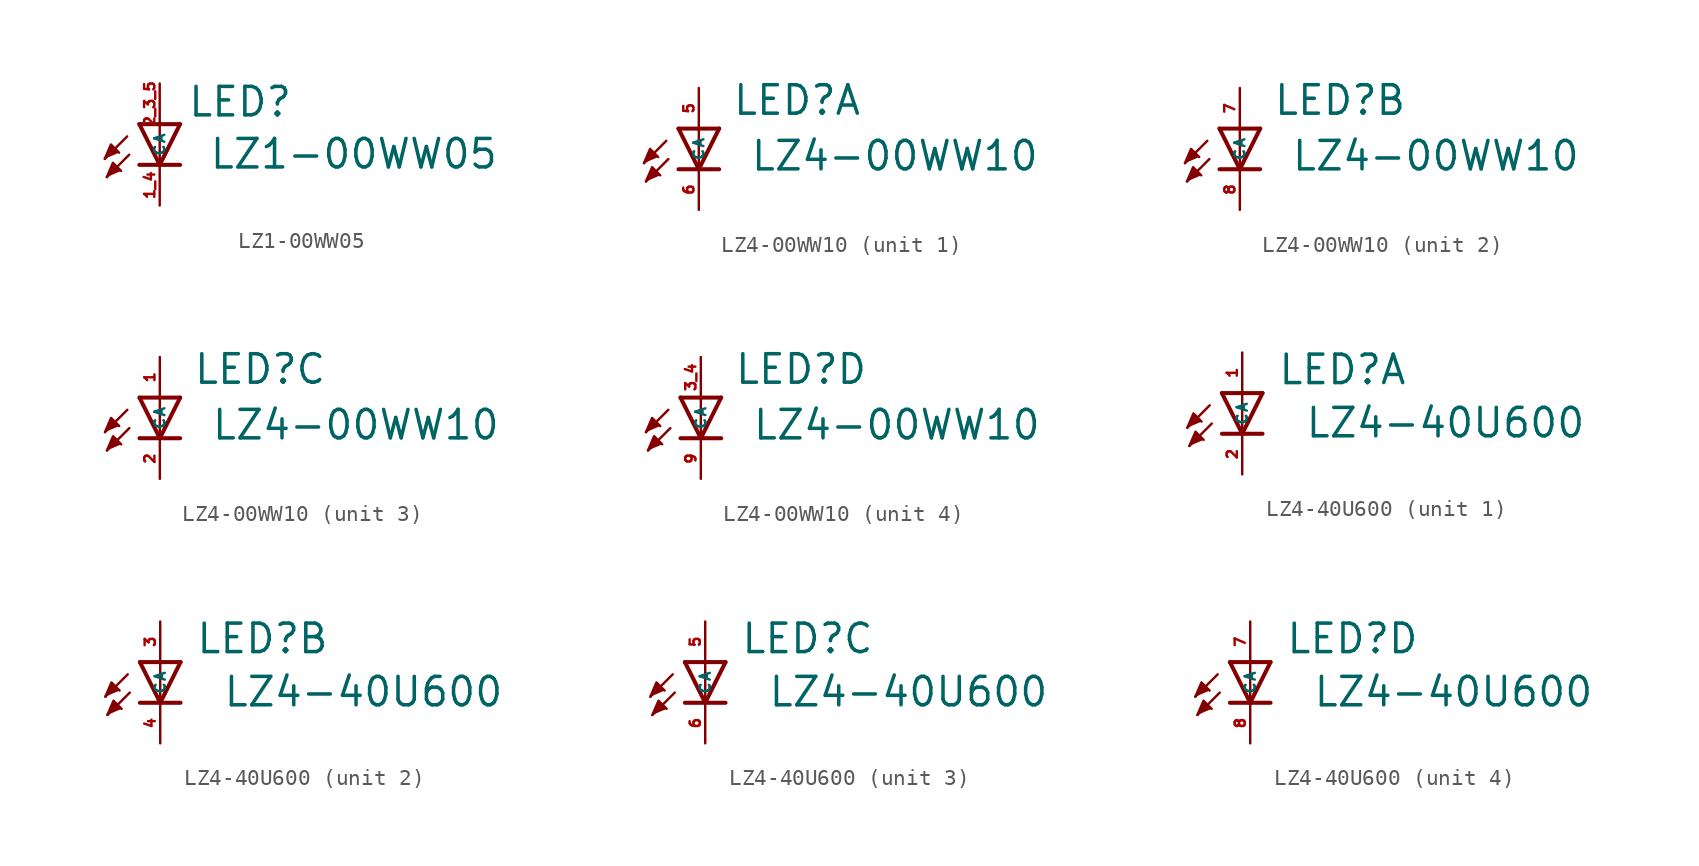
<source format=kicad_sym>
(kicad_symbol_lib
  (version 20220914)
  (generator kicad_symbol_editor)
  (symbol "LZ1-00WW05"
    (property "Reference" "LED"
      (at 1.702 0.356 0)
      (effects (font (size 1.778 1.778) (thickness 0.22)) (justify left bottom)))
    (property "Value" "LZ1-00WW05"
      (at 3.048 -2.896 0)
      (effects (font (size 1.778 1.778) (thickness 0.22)) (justify left bottom)))
    (symbol "LZ1-00WW05_1_1"
      (polyline (pts (xy -2.032 -0.762) (xy -3.429 -2.159)) (stroke (width 0.152) (type default)) (fill (type none)))
      (polyline (pts (xy -1.905 -1.905) (xy -3.302 -3.302)) (stroke (width 0.152) (type default)) (fill (type none)))
      (polyline (pts (xy 0 -2.54) (xy -1.27 -2.54)) (stroke (width 0.254) (type default)) (fill (type none)))
      (polyline (pts (xy 0 -2.54) (xy -1.27 0)) (stroke (width 0.254) (type default)) (fill (type none)))
      (polyline (pts (xy 0 0) (xy -1.27 0)) (stroke (width 0.254) (type default)) (fill (type none)))
      (polyline (pts (xy 0 0) (xy 0 -2.54)) (stroke (width 0.152) (type default)) (fill (type none)))
      (polyline (pts (xy 1.27 -2.54) (xy 0 -2.54)) (stroke (width 0.254) (type default)) (fill (type none)))
      (polyline (pts (xy 1.27 0) (xy 0 -2.54)) (stroke (width 0.254) (type default)) (fill (type none)))
      (polyline (pts (xy 1.27 0) (xy 0 0)) (stroke (width 0.254) (type default)) (fill (type none)))
      (polyline (pts (xy -3.429 -2.159) (xy -3.048 -1.27) (xy -2.54 -1.778)) (stroke (width 0.152) (type default)) (fill (type outline)))
      (polyline (pts (xy -3.302 -3.302) (xy -2.921 -2.413) (xy -2.413 -2.921)) (stroke (width 0.152) (type default)) (fill (type outline)))
      (pin passive line (at 0 -5.08 90) (length 2.54) (name "C" (effects (font (size 0.635 0.635)))) (number "1_4" (effects (font (size 0.635 0.635)))))
      (pin passive line (at 0 2.54 270) (length 2.54) (name "A" (effects (font (size 0.635 0.635)))) (number "2_3_5" (effects (font (size 0.635 0.635)))))))
  (symbol "LZ4-00WW10"
    (property "Reference" "LED"
      (at 2.057 0.737 0)
      (effects (font (size 1.778 1.778) (thickness 0.22)) (justify left bottom)))
    (property "Value" "LZ4-00WW10"
      (at 3.175 -2.743 0)
      (effects (font (size 1.778 1.778) (thickness 0.22)) (justify left bottom)))
    (symbol "LZ4-00WW10_1_0"
      (polyline (pts (xy -2.032 -0.762) (xy -3.429 -2.159)) (stroke (width 0.152) (type default)) (fill (type none)))
      (polyline (pts (xy -1.905 -1.905) (xy -3.302 -3.302)) (stroke (width 0.152) (type default)) (fill (type none)))
      (polyline (pts (xy 0 -2.54) (xy -1.27 -2.54)) (stroke (width 0.254) (type default)) (fill (type none)))
      (polyline (pts (xy 0 -2.54) (xy -1.27 0)) (stroke (width 0.254) (type default)) (fill (type none)))
      (polyline (pts (xy 0 0) (xy -1.27 0)) (stroke (width 0.254) (type default)) (fill (type none)))
      (polyline (pts (xy 0 0) (xy 0 -2.54)) (stroke (width 0.152) (type default)) (fill (type none)))
      (polyline (pts (xy 1.27 -2.54) (xy 0 -2.54)) (stroke (width 0.254) (type default)) (fill (type none)))
      (polyline (pts (xy 1.27 0) (xy 0 -2.54)) (stroke (width 0.254) (type default)) (fill (type none)))
      (polyline (pts (xy 1.27 0) (xy 0 0)) (stroke (width 0.254) (type default)) (fill (type none)))
      (polyline (pts (xy -3.429 -2.159) (xy -3.048 -1.27) (xy -2.54 -1.778)) (stroke (width 0.152) (type default)) (fill (type outline)))
      (polyline (pts (xy -3.302 -3.302) (xy -2.921 -2.413) (xy -2.413 -2.921)) (stroke (width 0.152) (type default)) (fill (type outline)))
      (pin passive line (at 0 2.54 270) (length 2.54) (name "A" (effects (font (size 0.635 0.635)))) (number "5" (effects (font (size 0.635 0.635)))))
      (pin passive line (at 0 -5.08 90) (length 2.54) (name "C" (effects (font (size 0.635 0.635)))) (number "6" (effects (font (size 0.635 0.635))))))
    (symbol "LZ4-00WW10_2_0"
      (polyline (pts (xy -2.032 -0.762) (xy -3.429 -2.159)) (stroke (width 0.152) (type default)) (fill (type none)))
      (polyline (pts (xy -1.905 -1.905) (xy -3.302 -3.302)) (stroke (width 0.152) (type default)) (fill (type none)))
      (polyline (pts (xy 0 -2.54) (xy -1.27 -2.54)) (stroke (width 0.254) (type default)) (fill (type none)))
      (polyline (pts (xy 0 -2.54) (xy -1.27 0)) (stroke (width 0.254) (type default)) (fill (type none)))
      (polyline (pts (xy 0 0) (xy -1.27 0)) (stroke (width 0.254) (type default)) (fill (type none)))
      (polyline (pts (xy 0 0) (xy 0 -2.54)) (stroke (width 0.152) (type default)) (fill (type none)))
      (polyline (pts (xy 1.27 -2.54) (xy 0 -2.54)) (stroke (width 0.254) (type default)) (fill (type none)))
      (polyline (pts (xy 1.27 0) (xy 0 -2.54)) (stroke (width 0.254) (type default)) (fill (type none)))
      (polyline (pts (xy 1.27 0) (xy 0 0)) (stroke (width 0.254) (type default)) (fill (type none)))
      (polyline (pts (xy -3.429 -2.159) (xy -3.048 -1.27) (xy -2.54 -1.778)) (stroke (width 0.152) (type default)) (fill (type outline)))
      (polyline (pts (xy -3.302 -3.302) (xy -2.921 -2.413) (xy -2.413 -2.921)) (stroke (width 0.152) (type default)) (fill (type outline)))
      (pin passive line (at 0 2.54 270) (length 2.54) (name "A" (effects (font (size 0.635 0.635)))) (number "7" (effects (font (size 0.635 0.635)))))
      (pin passive line (at 0 -5.08 90) (length 2.54) (name "C" (effects (font (size 0.635 0.635)))) (number "8" (effects (font (size 0.635 0.635))))))
    (symbol "LZ4-00WW10_3_0"
      (polyline (pts (xy -2.032 -0.762) (xy -3.429 -2.159)) (stroke (width 0.152) (type default)) (fill (type none)))
      (polyline (pts (xy -1.905 -1.905) (xy -3.302 -3.302)) (stroke (width 0.152) (type default)) (fill (type none)))
      (polyline (pts (xy 0 -2.54) (xy -1.27 -2.54)) (stroke (width 0.254) (type default)) (fill (type none)))
      (polyline (pts (xy 0 -2.54) (xy -1.27 0)) (stroke (width 0.254) (type default)) (fill (type none)))
      (polyline (pts (xy 0 0) (xy -1.27 0)) (stroke (width 0.254) (type default)) (fill (type none)))
      (polyline (pts (xy 0 0) (xy 0 -2.54)) (stroke (width 0.152) (type default)) (fill (type none)))
      (polyline (pts (xy 1.27 -2.54) (xy 0 -2.54)) (stroke (width 0.254) (type default)) (fill (type none)))
      (polyline (pts (xy 1.27 0) (xy 0 -2.54)) (stroke (width 0.254) (type default)) (fill (type none)))
      (polyline (pts (xy 1.27 0) (xy 0 0)) (stroke (width 0.254) (type default)) (fill (type none)))
      (polyline (pts (xy -3.429 -2.159) (xy -3.048 -1.27) (xy -2.54 -1.778)) (stroke (width 0.152) (type default)) (fill (type outline)))
      (polyline (pts (xy -3.302 -3.302) (xy -2.921 -2.413) (xy -2.413 -2.921)) (stroke (width 0.152) (type default)) (fill (type outline)))
      (pin passive line (at 0 2.54 270) (length 2.54) (name "A" (effects (font (size 0.635 0.635)))) (number "1" (effects (font (size 0.635 0.635)))))
      (pin passive line (at 0 -5.08 90) (length 2.54) (name "C" (effects (font (size 0.635 0.635)))) (number "2" (effects (font (size 0.635 0.635))))))
    (symbol "LZ4-00WW10_4_0"
      (polyline (pts (xy -2.032 -0.762) (xy -3.429 -2.159)) (stroke (width 0.152) (type default)) (fill (type none)))
      (polyline (pts (xy -1.905 -1.905) (xy -3.302 -3.302)) (stroke (width 0.152) (type default)) (fill (type none)))
      (polyline (pts (xy 0 -2.54) (xy -1.27 -2.54)) (stroke (width 0.254) (type default)) (fill (type none)))
      (polyline (pts (xy 0 -2.54) (xy -1.27 0)) (stroke (width 0.254) (type default)) (fill (type none)))
      (polyline (pts (xy 0 0) (xy -1.27 0)) (stroke (width 0.254) (type default)) (fill (type none)))
      (polyline (pts (xy 0 0) (xy 0 -2.54)) (stroke (width 0.152) (type default)) (fill (type none)))
      (polyline (pts (xy 1.27 -2.54) (xy 0 -2.54)) (stroke (width 0.254) (type default)) (fill (type none)))
      (polyline (pts (xy 1.27 0) (xy 0 -2.54)) (stroke (width 0.254) (type default)) (fill (type none)))
      (polyline (pts (xy 1.27 0) (xy 0 0)) (stroke (width 0.254) (type default)) (fill (type none)))
      (polyline (pts (xy -3.429 -2.159) (xy -3.048 -1.27) (xy -2.54 -1.778)) (stroke (width 0.152) (type default)) (fill (type outline)))
      (polyline (pts (xy -3.302 -3.302) (xy -2.921 -2.413) (xy -2.413 -2.921)) (stroke (width 0.152) (type default)) (fill (type outline)))
      (pin passive line (at 0 2.54 270) (length 2.54) (name "A" (effects (font (size 0.635 0.635)))) (number "3_4" (effects (font (size 0.635 0.635)))))
      (pin passive line (at 0 -5.08 90) (length 2.54) (name "C" (effects (font (size 0.635 0.635)))) (number "9" (effects (font (size 0.635 0.635)))))))
  (symbol "LZ4-40U600"
    (property "Reference" "LED"
      (at 2.184 0.432 0)
      (effects (font (size 1.778 1.778) (thickness 0.22)) (justify left bottom)))
    (property "Value" "LZ4-40U600"
      (at 3.886 -2.896 0)
      (effects (font (size 1.778 1.778) (thickness 0.22)) (justify left bottom)))
    (symbol "LZ4-40U600_1_0"
      (polyline (pts (xy -2.032 -0.762) (xy -3.429 -2.159)) (stroke (width 0.152) (type default)) (fill (type none)))
      (polyline (pts (xy -1.905 -1.905) (xy -3.302 -3.302)) (stroke (width 0.152) (type default)) (fill (type none)))
      (polyline (pts (xy 0 -2.54) (xy -1.27 -2.54)) (stroke (width 0.254) (type default)) (fill (type none)))
      (polyline (pts (xy 0 -2.54) (xy -1.27 0)) (stroke (width 0.254) (type default)) (fill (type none)))
      (polyline (pts (xy 0 0) (xy -1.27 0)) (stroke (width 0.254) (type default)) (fill (type none)))
      (polyline (pts (xy 0 0) (xy 0 -2.54)) (stroke (width 0.152) (type default)) (fill (type none)))
      (polyline (pts (xy 1.27 -2.54) (xy 0 -2.54)) (stroke (width 0.254) (type default)) (fill (type none)))
      (polyline (pts (xy 1.27 0) (xy 0 -2.54)) (stroke (width 0.254) (type default)) (fill (type none)))
      (polyline (pts (xy 1.27 0) (xy 0 0)) (stroke (width 0.254) (type default)) (fill (type none)))
      (polyline (pts (xy -3.429 -2.159) (xy -3.048 -1.27) (xy -2.54 -1.778)) (stroke (width 0.152) (type default)) (fill (type outline)))
      (polyline (pts (xy -3.302 -3.302) (xy -2.921 -2.413) (xy -2.413 -2.921)) (stroke (width 0.152) (type default)) (fill (type outline)))
      (pin passive line (at 0 2.54 270) (length 2.54) (name "A" (effects (font (size 0.635 0.635)))) (number "1" (effects (font (size 0.635 0.635)))))
      (pin passive line (at 0 -5.08 90) (length 2.54) (name "C" (effects (font (size 0.635 0.635)))) (number "2" (effects (font (size 0.635 0.635))))))
    (symbol "LZ4-40U600_2_0"
      (polyline (pts (xy -2.032 -0.762) (xy -3.429 -2.159)) (stroke (width 0.152) (type default)) (fill (type none)))
      (polyline (pts (xy -1.905 -1.905) (xy -3.302 -3.302)) (stroke (width 0.152) (type default)) (fill (type none)))
      (polyline (pts (xy 0 -2.54) (xy -1.27 -2.54)) (stroke (width 0.254) (type default)) (fill (type none)))
      (polyline (pts (xy 0 -2.54) (xy -1.27 0)) (stroke (width 0.254) (type default)) (fill (type none)))
      (polyline (pts (xy 0 0) (xy -1.27 0)) (stroke (width 0.254) (type default)) (fill (type none)))
      (polyline (pts (xy 0 0) (xy 0 -2.54)) (stroke (width 0.152) (type default)) (fill (type none)))
      (polyline (pts (xy 1.27 -2.54) (xy 0 -2.54)) (stroke (width 0.254) (type default)) (fill (type none)))
      (polyline (pts (xy 1.27 0) (xy 0 -2.54)) (stroke (width 0.254) (type default)) (fill (type none)))
      (polyline (pts (xy 1.27 0) (xy 0 0)) (stroke (width 0.254) (type default)) (fill (type none)))
      (polyline (pts (xy -3.429 -2.159) (xy -3.048 -1.27) (xy -2.54 -1.778)) (stroke (width 0.152) (type default)) (fill (type outline)))
      (polyline (pts (xy -3.302 -3.302) (xy -2.921 -2.413) (xy -2.413 -2.921)) (stroke (width 0.152) (type default)) (fill (type outline)))
      (pin passive line (at 0 2.54 270) (length 2.54) (name "A" (effects (font (size 0.635 0.635)))) (number "3" (effects (font (size 0.635 0.635)))))
      (pin passive line (at 0 -5.08 90) (length 2.54) (name "C" (effects (font (size 0.635 0.635)))) (number "4" (effects (font (size 0.635 0.635))))))
    (symbol "LZ4-40U600_3_0"
      (polyline (pts (xy -2.032 -0.762) (xy -3.429 -2.159)) (stroke (width 0.152) (type default)) (fill (type none)))
      (polyline (pts (xy -1.905 -1.905) (xy -3.302 -3.302)) (stroke (width 0.152) (type default)) (fill (type none)))
      (polyline (pts (xy 0 -2.54) (xy -1.27 -2.54)) (stroke (width 0.254) (type default)) (fill (type none)))
      (polyline (pts (xy 0 -2.54) (xy -1.27 0)) (stroke (width 0.254) (type default)) (fill (type none)))
      (polyline (pts (xy 0 0) (xy -1.27 0)) (stroke (width 0.254) (type default)) (fill (type none)))
      (polyline (pts (xy 0 0) (xy 0 -2.54)) (stroke (width 0.152) (type default)) (fill (type none)))
      (polyline (pts (xy 1.27 -2.54) (xy 0 -2.54)) (stroke (width 0.254) (type default)) (fill (type none)))
      (polyline (pts (xy 1.27 0) (xy 0 -2.54)) (stroke (width 0.254) (type default)) (fill (type none)))
      (polyline (pts (xy 1.27 0) (xy 0 0)) (stroke (width 0.254) (type default)) (fill (type none)))
      (polyline (pts (xy -3.429 -2.159) (xy -3.048 -1.27) (xy -2.54 -1.778)) (stroke (width 0.152) (type default)) (fill (type outline)))
      (polyline (pts (xy -3.302 -3.302) (xy -2.921 -2.413) (xy -2.413 -2.921)) (stroke (width 0.152) (type default)) (fill (type outline)))
      (pin passive line (at 0 2.54 270) (length 2.54) (name "A" (effects (font (size 0.635 0.635)))) (number "5" (effects (font (size 0.635 0.635)))))
      (pin passive line (at 0 -5.08 90) (length 2.54) (name "C" (effects (font (size 0.635 0.635)))) (number "6" (effects (font (size 0.635 0.635))))))
    (symbol "LZ4-40U600_4_0"
      (polyline (pts (xy -2.032 -0.762) (xy -3.429 -2.159)) (stroke (width 0.152) (type default)) (fill (type none)))
      (polyline (pts (xy -1.905 -1.905) (xy -3.302 -3.302)) (stroke (width 0.152) (type default)) (fill (type none)))
      (polyline (pts (xy 0 -2.54) (xy -1.27 -2.54)) (stroke (width 0.254) (type default)) (fill (type none)))
      (polyline (pts (xy 0 -2.54) (xy -1.27 0)) (stroke (width 0.254) (type default)) (fill (type none)))
      (polyline (pts (xy 0 0) (xy -1.27 0)) (stroke (width 0.254) (type default)) (fill (type none)))
      (polyline (pts (xy 0 0) (xy 0 -2.54)) (stroke (width 0.152) (type default)) (fill (type none)))
      (polyline (pts (xy 1.27 -2.54) (xy 0 -2.54)) (stroke (width 0.254) (type default)) (fill (type none)))
      (polyline (pts (xy 1.27 0) (xy 0 -2.54)) (stroke (width 0.254) (type default)) (fill (type none)))
      (polyline (pts (xy 1.27 0) (xy 0 0)) (stroke (width 0.254) (type default)) (fill (type none)))
      (polyline (pts (xy -3.429 -2.159) (xy -3.048 -1.27) (xy -2.54 -1.778)) (stroke (width 0.152) (type default)) (fill (type outline)))
      (polyline (pts (xy -3.302 -3.302) (xy -2.921 -2.413) (xy -2.413 -2.921)) (stroke (width 0.152) (type default)) (fill (type outline)))
      (pin passive line (at 0 2.54 270) (length 2.54) (name "A" (effects (font (size 0.635 0.635)))) (number "7" (effects (font (size 0.635 0.635)))))
      (pin passive line (at 0 -5.08 90) (length 2.54) (name "C" (effects (font (size 0.635 0.635)))) (number "8" (effects (font (size 0.635 0.635))))))))
</source>
